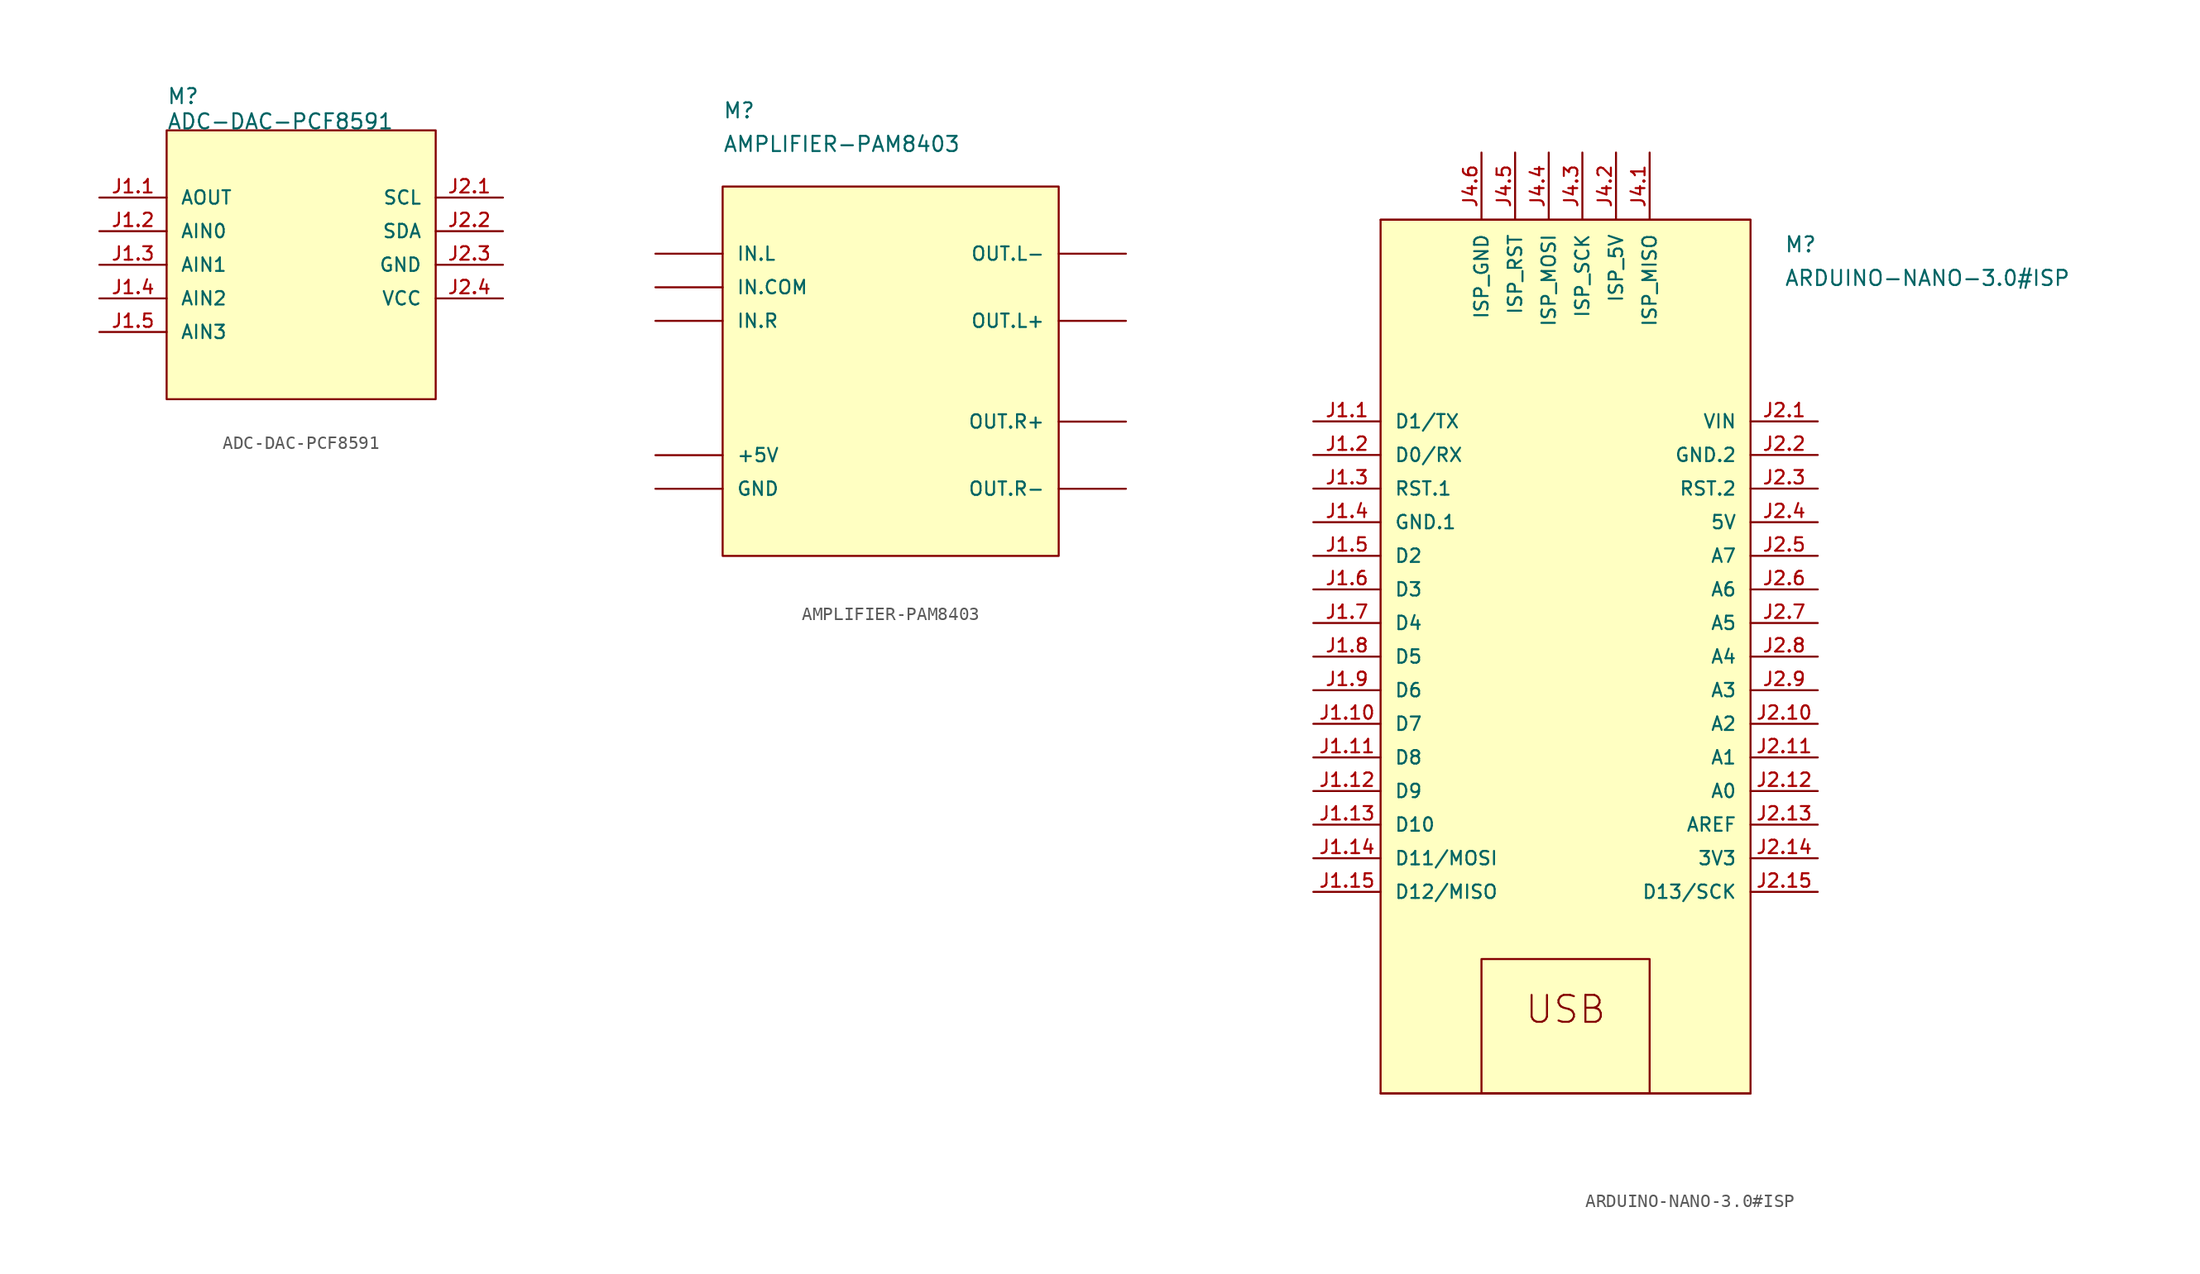
<source format=kicad_sym>
(kicad_symbol_lib
  (version 20211014)
  (generator kicad_symbol_editor)
  (symbol "ADC-DAC-PCF8591"
    (pin_names
      (offset 1.016))
    (property "Reference" "M"
      (at -10.16 12.065 0)
      (effects (font (size 1.143 1.143)) (justify left bottom)))
    (property "Value" "ADC-DAC-PCF8591"
      (at -10.16 10.16 0)
      (effects (font (size 1.143 1.143)) (justify left bottom)))
    (property "ki_locked" ""
      (at 0 0 0)
      (effects (font (size 1.27 1.27))))
    (symbol "ADC-DAC-PCF8591_1_1"
      (rectangle (start -10.16 10.16) (end 10.16 -10.16) (stroke (width 0) (type default) (color 0 0 0 0)) (fill (type background)))
      (pin bidirectional line (at -15.24 5.08 0) (length 5.08) (name "AOUT" (effects (font (size 1.016 1.016)))) (number "J1.1" (effects (font (size 1.016 1.016)))))
      (pin bidirectional line (at -15.24 2.54 0) (length 5.08) (name "AIN0" (effects (font (size 1.016 1.016)))) (number "J1.2" (effects (font (size 1.016 1.016)))))
      (pin bidirectional line (at -15.24 0 0) (length 5.08) (name "AIN1" (effects (font (size 1.016 1.016)))) (number "J1.3" (effects (font (size 1.016 1.016)))))
      (pin bidirectional line (at -15.24 -2.54 0) (length 5.08) (name "AIN2" (effects (font (size 1.016 1.016)))) (number "J1.4" (effects (font (size 1.016 1.016)))))
      (pin bidirectional line (at -15.24 -5.08 0) (length 5.08) (name "AIN3" (effects (font (size 1.016 1.016)))) (number "J1.5" (effects (font (size 1.016 1.016)))))
      (pin bidirectional line (at 15.24 5.08 180) (length 5.08) (name "SCL" (effects (font (size 1.016 1.016)))) (number "J2.1" (effects (font (size 1.016 1.016)))))
      (pin bidirectional line (at 15.24 2.54 180) (length 5.08) (name "SDA" (effects (font (size 1.016 1.016)))) (number "J2.2" (effects (font (size 1.016 1.016)))))
      (pin power_in line (at 15.24 0 180) (length 5.08) (name "GND" (effects (font (size 1.016 1.016)))) (number "J2.3" (effects (font (size 1.016 1.016)))))
      (pin power_in line (at 15.24 -2.54 180) (length 5.08) (name "VCC" (effects (font (size 1.016 1.016)))) (number "J2.4" (effects (font (size 1.016 1.016)))))))
  (symbol "AMPLIFIER-PAM8403"
    (pin_numbers hide)
    (pin_names
      (offset 1.016))
    (property "Reference" "M"
      (at -12.7 17.78 0)
      (effects (font (size 1.143 1.143)) (justify left bottom)))
    (property "Value" "AMPLIFIER-PAM8403"
      (at -12.7 15.24 0)
      (effects (font (size 1.143 1.143)) (justify left bottom)))
    (property "ki_locked" ""
      (at 0 0 0)
      (effects (font (size 1.27 1.27))))
    (symbol "AMPLIFIER-PAM8403_1_1"
      (rectangle (start -12.7 12.7) (end 12.7 -15.24) (stroke (width 0) (type default) (color 0 0 0 0)) (fill (type background)))
      (pin power_in line (at -17.78 -7.62 0) (length 5.08) (name "+5V" (effects (font (size 1.016 1.016)))) (number "+5V" (effects (font (size 1.016 1.016)))))
      (pin power_in line (at -17.78 -10.16 0) (length 5.08) (name "GND" (effects (font (size 1.016 1.016)))) (number "GND" (effects (font (size 1.016 1.016)))))
      (pin input line (at -17.78 5.08 0) (length 5.08) (name "IN.COM" (effects (font (size 1.016 1.016)))) (number "IN.COM" (effects (font (size 1.016 1.016)))))
      (pin input line (at -17.78 7.62 0) (length 5.08) (name "IN.L" (effects (font (size 1.016 1.016)))) (number "IN.L" (effects (font (size 1.016 1.016)))))
      (pin bidirectional line (at -17.78 2.54 0) (length 5.08) (name "IN.R" (effects (font (size 1.016 1.016)))) (number "IN.R" (effects (font (size 1.016 1.016)))))
      (pin output line (at 17.78 2.54 180) (length 5.08) (name "OUT.L+" (effects (font (size 1.016 1.016)))) (number "OUT.L+" (effects (font (size 1.016 1.016)))))
      (pin output line (at 17.78 7.62 180) (length 5.08) (name "OUT.L-" (effects (font (size 1.016 1.016)))) (number "OUT.L-" (effects (font (size 1.016 1.016)))))
      (pin output line (at 17.78 -5.08 180) (length 5.08) (name "OUT.R+" (effects (font (size 1.016 1.016)))) (number "OUT.R+" (effects (font (size 1.016 1.016)))))
      (pin output line (at 17.78 -10.16 180) (length 5.08) (name "OUT.R-" (effects (font (size 1.016 1.016)))) (number "OUT.R-" (effects (font (size 1.016 1.016)))))))
  (symbol "ARDUINO-NANO-3.0#ISP"
    (pin_names
      (offset 1.016))
    (property "Reference" "M"
      (at 16.51 29.21 0)
      (effects (font (size 1.143 1.143)) (justify left bottom)))
    (property "Value" "ARDUINO-NANO-3.0#ISP"
      (at 16.51 26.67 0)
      (effects (font (size 1.143 1.143)) (justify left bottom)))
    (property "ki_locked" ""
      (at 0 0 0)
      (effects (font (size 1.27 1.27))))
    (symbol "ARDUINO-NANO-3.0#ISP_1_0"
      (polyline (pts (xy -13.97 31.75) (xy 13.97 31.75)) (stroke (width 0) (type default) (color 0 0 0 0)) (fill (type none)))
      (polyline (pts (xy -6.35 -34.29) (xy -13.97 -34.29)) (stroke (width 0) (type default) (color 0 0 0 0)) (fill (type none)))
      (polyline (pts (xy 6.35 -34.29) (xy -6.35 -34.29)) (stroke (width 0) (type default) (color 0 0 0 0)) (fill (type none)))
      (polyline (pts (xy 13.97 -34.29) (xy 6.35 -34.29)) (stroke (width 0) (type default) (color 0 0 0 0)) (fill (type none)))
      (text "USB" (at 0 -27.94 0) (effects (font (size 2.032 2.032)))))
    (symbol "ARDUINO-NANO-3.0#ISP_1_1"
      (rectangle (start -13.97 31.75) (end 13.97 -34.29) (stroke (width 0) (type default) (color 0 0 0 0)) (fill (type background)))
      (rectangle (start -6.35 -24.13) (end 6.35 -34.29) (stroke (width 0) (type default) (color 0 0 0 0)) (fill (type none)))
      (pin bidirectional line (at -19.05 16.51 0) (length 5.08) (name "D1/TX" (effects (font (size 1.016 1.016)))) (number "J1.1" (effects (font (size 1.016 1.016)))))
      (pin bidirectional line (at -19.05 -6.35 0) (length 5.08) (name "D7" (effects (font (size 1.016 1.016)))) (number "J1.10" (effects (font (size 1.016 1.016)))))
      (pin bidirectional line (at -19.05 -8.89 0) (length 5.08) (name "D8" (effects (font (size 1.016 1.016)))) (number "J1.11" (effects (font (size 1.016 1.016)))))
      (pin bidirectional line (at -19.05 -11.43 0) (length 5.08) (name "D9" (effects (font (size 1.016 1.016)))) (number "J1.12" (effects (font (size 1.016 1.016)))))
      (pin bidirectional line (at -19.05 -13.97 0) (length 5.08) (name "D10" (effects (font (size 1.016 1.016)))) (number "J1.13" (effects (font (size 1.016 1.016)))))
      (pin bidirectional line (at -19.05 -16.51 0) (length 5.08) (name "D11/MOSI" (effects (font (size 1.016 1.016)))) (number "J1.14" (effects (font (size 1.016 1.016)))))
      (pin bidirectional line (at -19.05 -19.05 0) (length 5.08) (name "D12/MISO" (effects (font (size 1.016 1.016)))) (number "J1.15" (effects (font (size 1.016 1.016)))))
      (pin bidirectional line (at -19.05 13.97 0) (length 5.08) (name "D0/RX" (effects (font (size 1.016 1.016)))) (number "J1.2" (effects (font (size 1.016 1.016)))))
      (pin bidirectional line (at -19.05 11.43 0) (length 5.08) (name "RST.1" (effects (font (size 1.016 1.016)))) (number "J1.3" (effects (font (size 1.016 1.016)))))
      (pin power_in line (at -19.05 8.89 0) (length 5.08) (name "GND.1" (effects (font (size 1.016 1.016)))) (number "J1.4" (effects (font (size 1.016 1.016)))))
      (pin bidirectional line (at -19.05 6.35 0) (length 5.08) (name "D2" (effects (font (size 1.016 1.016)))) (number "J1.5" (effects (font (size 1.016 1.016)))))
      (pin bidirectional line (at -19.05 3.81 0) (length 5.08) (name "D3" (effects (font (size 1.016 1.016)))) (number "J1.6" (effects (font (size 1.016 1.016)))))
      (pin bidirectional line (at -19.05 1.27 0) (length 5.08) (name "D4" (effects (font (size 1.016 1.016)))) (number "J1.7" (effects (font (size 1.016 1.016)))))
      (pin bidirectional line (at -19.05 -1.27 0) (length 5.08) (name "D5" (effects (font (size 1.016 1.016)))) (number "J1.8" (effects (font (size 1.016 1.016)))))
      (pin bidirectional line (at -19.05 -3.81 0) (length 5.08) (name "D6" (effects (font (size 1.016 1.016)))) (number "J1.9" (effects (font (size 1.016 1.016)))))
      (pin power_in line (at 19.05 16.51 180) (length 5.08) (name "VIN" (effects (font (size 1.016 1.016)))) (number "J2.1" (effects (font (size 1.016 1.016)))))
      (pin bidirectional line (at 19.05 -6.35 180) (length 5.08) (name "A2" (effects (font (size 1.016 1.016)))) (number "J2.10" (effects (font (size 1.016 1.016)))))
      (pin bidirectional line (at 19.05 -8.89 180) (length 5.08) (name "A1" (effects (font (size 1.016 1.016)))) (number "J2.11" (effects (font (size 1.016 1.016)))))
      (pin bidirectional line (at 19.05 -11.43 180) (length 5.08) (name "A0" (effects (font (size 1.016 1.016)))) (number "J2.12" (effects (font (size 1.016 1.016)))))
      (pin bidirectional line (at 19.05 -13.97 180) (length 5.08) (name "AREF" (effects (font (size 1.016 1.016)))) (number "J2.13" (effects (font (size 1.016 1.016)))))
      (pin power_in line (at 19.05 -16.51 180) (length 5.08) (name "3V3" (effects (font (size 1.016 1.016)))) (number "J2.14" (effects (font (size 1.016 1.016)))))
      (pin bidirectional line (at 19.05 -19.05 180) (length 5.08) (name "D13/SCK" (effects (font (size 1.016 1.016)))) (number "J2.15" (effects (font (size 1.016 1.016)))))
      (pin power_in line (at 19.05 13.97 180) (length 5.08) (name "GND.2" (effects (font (size 1.016 1.016)))) (number "J2.2" (effects (font (size 1.016 1.016)))))
      (pin bidirectional line (at 19.05 11.43 180) (length 5.08) (name "RST.2" (effects (font (size 1.016 1.016)))) (number "J2.3" (effects (font (size 1.016 1.016)))))
      (pin power_in line (at 19.05 8.89 180) (length 5.08) (name "5V" (effects (font (size 1.016 1.016)))) (number "J2.4" (effects (font (size 1.016 1.016)))))
      (pin bidirectional line (at 19.05 6.35 180) (length 5.08) (name "A7" (effects (font (size 1.016 1.016)))) (number "J2.5" (effects (font (size 1.016 1.016)))))
      (pin bidirectional line (at 19.05 3.81 180) (length 5.08) (name "A6" (effects (font (size 1.016 1.016)))) (number "J2.6" (effects (font (size 1.016 1.016)))))
      (pin bidirectional line (at 19.05 1.27 180) (length 5.08) (name "A5" (effects (font (size 1.016 1.016)))) (number "J2.7" (effects (font (size 1.016 1.016)))))
      (pin bidirectional line (at 19.05 -1.27 180) (length 5.08) (name "A4" (effects (font (size 1.016 1.016)))) (number "J2.8" (effects (font (size 1.016 1.016)))))
      (pin bidirectional line (at 19.05 -3.81 180) (length 5.08) (name "A3" (effects (font (size 1.016 1.016)))) (number "J2.9" (effects (font (size 1.016 1.016)))))
      (pin bidirectional line (at 6.35 36.83 270) (length 5.08) (name "ISP_MISO" (effects (font (size 1.016 1.016)))) (number "J4.1" (effects (font (size 1.016 1.016)))))
      (pin bidirectional line (at 3.81 36.83 270) (length 5.08) (name "ISP_5V" (effects (font (size 1.016 1.016)))) (number "J4.2" (effects (font (size 1.016 1.016)))))
      (pin bidirectional line (at 1.27 36.83 270) (length 5.08) (name "ISP_SCK" (effects (font (size 1.016 1.016)))) (number "J4.3" (effects (font (size 1.016 1.016)))))
      (pin bidirectional line (at -1.27 36.83 270) (length 5.08) (name "ISP_MOSI" (effects (font (size 1.016 1.016)))) (number "J4.4" (effects (font (size 1.016 1.016)))))
      (pin bidirectional line (at -3.81 36.83 270) (length 5.08) (name "ISP_RST" (effects (font (size 1.016 1.016)))) (number "J4.5" (effects (font (size 1.016 1.016)))))
      (pin bidirectional line (at -6.35 36.83 270) (length 5.08) (name "ISP_GND" (effects (font (size 1.016 1.016)))) (number "J4.6" (effects (font (size 1.016 1.016))))))))
</source>
